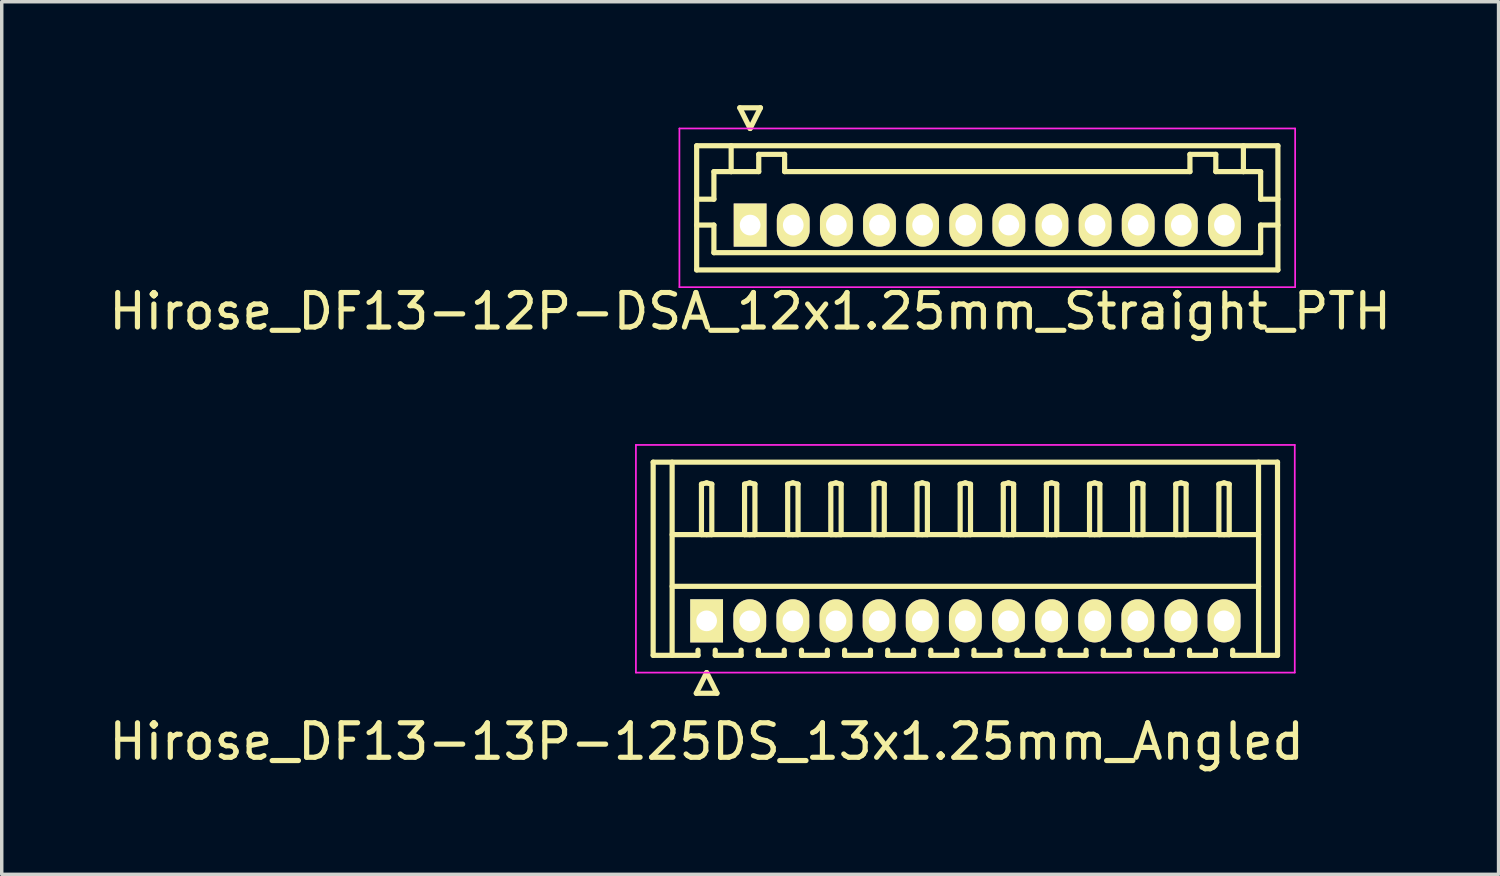
<source format=kicad_pcb>
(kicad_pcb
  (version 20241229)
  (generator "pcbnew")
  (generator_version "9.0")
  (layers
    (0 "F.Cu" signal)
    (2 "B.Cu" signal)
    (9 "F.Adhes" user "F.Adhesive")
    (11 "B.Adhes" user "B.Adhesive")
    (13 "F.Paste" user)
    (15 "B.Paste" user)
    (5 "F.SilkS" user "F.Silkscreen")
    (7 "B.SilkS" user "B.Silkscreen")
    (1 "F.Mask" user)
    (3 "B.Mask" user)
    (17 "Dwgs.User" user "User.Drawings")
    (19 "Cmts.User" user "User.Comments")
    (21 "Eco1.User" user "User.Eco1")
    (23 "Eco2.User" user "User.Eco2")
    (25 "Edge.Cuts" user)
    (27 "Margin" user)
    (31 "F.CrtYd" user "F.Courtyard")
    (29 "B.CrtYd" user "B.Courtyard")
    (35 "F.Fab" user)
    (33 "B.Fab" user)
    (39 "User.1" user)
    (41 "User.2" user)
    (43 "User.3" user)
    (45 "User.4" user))
  (footprint "Hirose_DF13-12P-DSA_12x1.25mm_Straight_PTH"
    (layer "F.Cu")
    (at 18.696 3.475)
    (property "Reference" "Hirose_DF13-12P-DSA_12x1.25mm_Straight_PTH" (at 0 2.5 0) (layer "F.SilkS") (effects (font (size 1 1) (thickness 0.15))))
    (attr through_hole)
    (fp_line (start -1.55 -2.3) (end -1.55 1.3) (stroke (width 0.15) (type solid)) (layer "F.SilkS"))
    (fp_line (start -1.55 -0.75) (end -1.05 -0.75) (stroke (width 0.15) (type solid)) (layer "F.SilkS"))
    (fp_line (start -1.55 0) (end -1.05 0) (stroke (width 0.15) (type solid)) (layer "F.SilkS"))
    (fp_line (start -1.55 1.3) (end 15.3 1.3) (stroke (width 0.15) (type solid)) (layer "F.SilkS"))
    (fp_line (start -1.05 -1.55) (end -0.55 -1.55) (stroke (width 0.15) (type solid)) (layer "F.SilkS"))
    (fp_line (start -1.05 -0.75) (end -1.05 -1.55) (stroke (width 0.15) (type solid)) (layer "F.SilkS"))
    (fp_line (start -1.05 0) (end -1.05 0.8) (stroke (width 0.15) (type solid)) (layer "F.SilkS"))
    (fp_line (start -1.05 0.8) (end 14.8 0.8) (stroke (width 0.15) (type solid)) (layer "F.SilkS"))
    (fp_line (start -0.55 -1.55) (end -0.55 -2.3) (stroke (width 0.15) (type solid)) (layer "F.SilkS"))
    (fp_line (start -0.55 -1.55) (end 0.25 -1.55) (stroke (width 0.15) (type solid)) (layer "F.SilkS"))
    (fp_line (start -0.3 -3.4) (end 0.3 -3.4) (stroke (width 0.15) (type solid)) (layer "F.SilkS"))
    (fp_line (start 0 -2.8) (end -0.3 -3.4) (stroke (width 0.15) (type solid)) (layer "F.SilkS"))
    (fp_line (start 0.25 -2.05) (end 1 -2.05) (stroke (width 0.15) (type solid)) (layer "F.SilkS"))
    (fp_line (start 0.25 -1.55) (end 0.25 -2.05) (stroke (width 0.15) (type solid)) (layer "F.SilkS"))
    (fp_line (start 0.3 -3.4) (end 0 -2.8) (stroke (width 0.15) (type solid)) (layer "F.SilkS"))
    (fp_line (start 1 -2.05) (end 1 -1.55) (stroke (width 0.15) (type solid)) (layer "F.SilkS"))
    (fp_line (start 1 -1.55) (end 12.75 -1.55) (stroke (width 0.15) (type solid)) (layer "F.SilkS"))
    (fp_line (start 12.75 -2.05) (end 13.5 -2.05) (stroke (width 0.15) (type solid)) (layer "F.SilkS"))
    (fp_line (start 12.75 -1.55) (end 12.75 -2.05) (stroke (width 0.15) (type solid)) (layer "F.SilkS"))
    (fp_line (start 13.5 -2.05) (end 13.5 -1.55) (stroke (width 0.15) (type solid)) (layer "F.SilkS"))
    (fp_line (start 13.5 -1.55) (end 14.3 -1.55) (stroke (width 0.15) (type solid)) (layer "F.SilkS"))
    (fp_line (start 14.3 -1.55) (end 14.3 -2.3) (stroke (width 0.15) (type solid)) (layer "F.SilkS"))
    (fp_line (start 14.8 -1.55) (end 14.3 -1.55) (stroke (width 0.15) (type solid)) (layer "F.SilkS"))
    (fp_line (start 14.8 -0.75) (end 14.8 -1.55) (stroke (width 0.15) (type solid)) (layer "F.SilkS"))
    (fp_line (start 14.8 0) (end 15.3 0) (stroke (width 0.15) (type solid)) (layer "F.SilkS"))
    (fp_line (start 14.8 0.8) (end 14.8 0) (stroke (width 0.15) (type solid)) (layer "F.SilkS"))
    (fp_line (start 15.3 -2.3) (end -1.55 -2.3) (stroke (width 0.15) (type solid)) (layer "F.SilkS"))
    (fp_line (start 15.3 -0.75) (end 14.8 -0.75) (stroke (width 0.15) (type solid)) (layer "F.SilkS"))
    (fp_line (start 15.3 1.3) (end 15.3 -2.3) (stroke (width 0.15) (type solid)) (layer "F.SilkS"))
    (fp_line (start -2.05 -2.8) (end -2.05 1.8) (stroke (width 0.05) (type solid)) (layer "F.CrtYd"))
    (fp_line (start -2.05 1.8) (end 15.8 1.8) (stroke (width 0.05) (type solid)) (layer "F.CrtYd"))
    (fp_line (start 15.8 -2.8) (end -2.05 -2.8) (stroke (width 0.05) (type solid)) (layer "F.CrtYd"))
    (fp_line (start 15.8 1.8) (end 15.8 -2.8) (stroke (width 0.05) (type solid)) (layer "F.CrtYd"))
    (pad "1" thru_hole rect (at 0 0) (size 0.95 1.25) (drill 0.6) (layers "*.Cu" "*.Mask" "F.SilkS"))
    (pad "2" thru_hole oval (at 1.25 0) (size 0.95 1.25) (drill 0.6) (layers "*.Cu" "*.Mask" "F.SilkS"))
    (pad "3" thru_hole oval (at 2.5 0) (size 0.95 1.25) (drill 0.6) (layers "*.Cu" "*.Mask" "F.SilkS"))
    (pad "4" thru_hole oval (at 3.75 0) (size 0.95 1.25) (drill 0.6) (layers "*.Cu" "*.Mask" "F.SilkS"))
    (pad "5" thru_hole oval (at 5 0) (size 0.95 1.25) (drill 0.6) (layers "*.Cu" "*.Mask" "F.SilkS"))
    (pad "6" thru_hole oval (at 6.25 0) (size 0.95 1.25) (drill 0.6) (layers "*.Cu" "*.Mask" "F.SilkS"))
    (pad "7" thru_hole oval (at 7.5 0) (size 0.95 1.25) (drill 0.6) (layers "*.Cu" "*.Mask" "F.SilkS"))
    (pad "8" thru_hole oval (at 8.75 0) (size 0.95 1.25) (drill 0.6) (layers "*.Cu" "*.Mask" "F.SilkS"))
    (pad "9" thru_hole oval (at 10 0) (size 0.95 1.25) (drill 0.6) (layers "*.Cu" "*.Mask" "F.SilkS"))
    (pad "10" thru_hole oval (at 11.25 0) (size 0.95 1.25) (drill 0.6) (layers "*.Cu" "*.Mask" "F.SilkS"))
    (pad "11" thru_hole oval (at 12.5 0) (size 0.95 1.25) (drill 0.6) (layers "*.Cu" "*.Mask" "F.SilkS"))
    (pad "12" thru_hole oval (at 13.75 0) (size 0.95 1.25) (drill 0.6) (layers "*.Cu" "*.Mask" "F.SilkS")))
  (footprint "Hirose_DF13-13P-125DS_13x1.25mm_Angled"
    (layer "F.Cu")
    (at 17.435 14.948)
    (property "Reference" "Hirose_DF13-13P-125DS_13x1.25mm_Angled" (at 0 3.5 0) (layer "F.SilkS") (effects (font (size 1 1) (thickness 0.15))))
    (attr through_hole)
    (fp_line (start -1.55 -4.6) (end 16.55 -4.6) (stroke (width 0.15) (type solid)) (layer "F.SilkS"))
    (fp_line (start -1.55 1) (end -1.55 -4.6) (stroke (width 0.15) (type solid)) (layer "F.SilkS"))
    (fp_line (start -1 -4.6) (end -1 1) (stroke (width 0.15) (type solid)) (layer "F.SilkS"))
    (fp_line (start -1 -2.5) (end 16 -2.5) (stroke (width 0.15) (type solid)) (layer "F.SilkS"))
    (fp_line (start -1 -1) (end 16 -1) (stroke (width 0.15) (type solid)) (layer "F.SilkS"))
    (fp_line (start -0.3 2.1) (end 0.3 2.1) (stroke (width 0.15) (type solid)) (layer "F.SilkS"))
    (fp_line (start -0.25 0.85) (end -0.25 1) (stroke (width 0.15) (type solid)) (layer "F.SilkS"))
    (fp_line (start -0.25 1) (end -1.55 1) (stroke (width 0.15) (type solid)) (layer "F.SilkS"))
    (fp_line (start -0.15 -3.962) (end 0 -4) (stroke (width 0.15) (type solid)) (layer "F.SilkS"))
    (fp_line (start -0.15 -2.5) (end -0.15 -3.962) (stroke (width 0.15) (type solid)) (layer "F.SilkS"))
    (fp_line (start 0 -4) (end 0.15 -3.962) (stroke (width 0.15) (type solid)) (layer "F.SilkS"))
    (fp_line (start 0 -2.5) (end -0.15 -2.5) (stroke (width 0.15) (type solid)) (layer "F.SilkS"))
    (fp_line (start 0 1.5) (end -0.3 2.1) (stroke (width 0.15) (type solid)) (layer "F.SilkS"))
    (fp_line (start 0.15 -3.962) (end 0.15 -2.5) (stroke (width 0.15) (type solid)) (layer "F.SilkS"))
    (fp_line (start 0.15 -2.5) (end 0 -2.5) (stroke (width 0.15) (type solid)) (layer "F.SilkS"))
    (fp_line (start 0.25 0.85) (end 0.25 1) (stroke (width 0.15) (type solid)) (layer "F.SilkS"))
    (fp_line (start 0.25 1) (end 1 1) (stroke (width 0.15) (type solid)) (layer "F.SilkS"))
    (fp_line (start 0.3 2.1) (end 0 1.5) (stroke (width 0.15) (type solid)) (layer "F.SilkS"))
    (fp_line (start 1 1) (end 1 0.85) (stroke (width 0.15) (type solid)) (layer "F.SilkS"))
    (fp_line (start 1.1 -3.962) (end 1.25 -4) (stroke (width 0.15) (type solid)) (layer "F.SilkS"))
    (fp_line (start 1.1 -2.5) (end 1.1 -3.962) (stroke (width 0.15) (type solid)) (layer "F.SilkS"))
    (fp_line (start 1.25 -4) (end 1.4 -3.962) (stroke (width 0.15) (type solid)) (layer "F.SilkS"))
    (fp_line (start 1.25 -2.5) (end 1.1 -2.5) (stroke (width 0.15) (type solid)) (layer "F.SilkS"))
    (fp_line (start 1.4 -3.962) (end 1.4 -2.5) (stroke (width 0.15) (type solid)) (layer "F.SilkS"))
    (fp_line (start 1.4 -2.5) (end 1.25 -2.5) (stroke (width 0.15) (type solid)) (layer "F.SilkS"))
    (fp_line (start 1.5 0.85) (end 1.5 1) (stroke (width 0.15) (type solid)) (layer "F.SilkS"))
    (fp_line (start 1.5 1) (end 2.25 1) (stroke (width 0.15) (type solid)) (layer "F.SilkS"))
    (fp_line (start 2.25 1) (end 2.25 0.85) (stroke (width 0.15) (type solid)) (layer "F.SilkS"))
    (fp_line (start 2.35 -3.962) (end 2.5 -4) (stroke (width 0.15) (type solid)) (layer "F.SilkS"))
    (fp_line (start 2.35 -2.5) (end 2.35 -3.962) (stroke (width 0.15) (type solid)) (layer "F.SilkS"))
    (fp_line (start 2.5 -4) (end 2.65 -3.962) (stroke (width 0.15) (type solid)) (layer "F.SilkS"))
    (fp_line (start 2.5 -2.5) (end 2.35 -2.5) (stroke (width 0.15) (type solid)) (layer "F.SilkS"))
    (fp_line (start 2.65 -3.962) (end 2.65 -2.5) (stroke (width 0.15) (type solid)) (layer "F.SilkS"))
    (fp_line (start 2.65 -2.5) (end 2.5 -2.5) (stroke (width 0.15) (type solid)) (layer "F.SilkS"))
    (fp_line (start 2.75 0.85) (end 2.75 1) (stroke (width 0.15) (type solid)) (layer "F.SilkS"))
    (fp_line (start 2.75 1) (end 3.5 1) (stroke (width 0.15) (type solid)) (layer "F.SilkS"))
    (fp_line (start 3.5 1) (end 3.5 0.85) (stroke (width 0.15) (type solid)) (layer "F.SilkS"))
    (fp_line (start 3.6 -3.962) (end 3.75 -4) (stroke (width 0.15) (type solid)) (layer "F.SilkS"))
    (fp_line (start 3.6 -2.5) (end 3.6 -3.962) (stroke (width 0.15) (type solid)) (layer "F.SilkS"))
    (fp_line (start 3.75 -4) (end 3.9 -3.962) (stroke (width 0.15) (type solid)) (layer "F.SilkS"))
    (fp_line (start 3.75 -2.5) (end 3.6 -2.5) (stroke (width 0.15) (type solid)) (layer "F.SilkS"))
    (fp_line (start 3.9 -3.962) (end 3.9 -2.5) (stroke (width 0.15) (type solid)) (layer "F.SilkS"))
    (fp_line (start 3.9 -2.5) (end 3.75 -2.5) (stroke (width 0.15) (type solid)) (layer "F.SilkS"))
    (fp_line (start 4 0.85) (end 4 1) (stroke (width 0.15) (type solid)) (layer "F.SilkS"))
    (fp_line (start 4 1) (end 4.75 1) (stroke (width 0.15) (type solid)) (layer "F.SilkS"))
    (fp_line (start 4.75 1) (end 4.75 0.85) (stroke (width 0.15) (type solid)) (layer "F.SilkS"))
    (fp_line (start 4.85 -3.962) (end 5 -4) (stroke (width 0.15) (type solid)) (layer "F.SilkS"))
    (fp_line (start 4.85 -2.5) (end 4.85 -3.962) (stroke (width 0.15) (type solid)) (layer "F.SilkS"))
    (fp_line (start 5 -4) (end 5.15 -3.962) (stroke (width 0.15) (type solid)) (layer "F.SilkS"))
    (fp_line (start 5 -2.5) (end 4.85 -2.5) (stroke (width 0.15) (type solid)) (layer "F.SilkS"))
    (fp_line (start 5.15 -3.962) (end 5.15 -2.5) (stroke (width 0.15) (type solid)) (layer "F.SilkS"))
    (fp_line (start 5.15 -2.5) (end 5 -2.5) (stroke (width 0.15) (type solid)) (layer "F.SilkS"))
    (fp_line (start 5.25 0.85) (end 5.25 1) (stroke (width 0.15) (type solid)) (layer "F.SilkS"))
    (fp_line (start 5.25 1) (end 6 1) (stroke (width 0.15) (type solid)) (layer "F.SilkS"))
    (fp_line (start 6 1) (end 6 0.85) (stroke (width 0.15) (type solid)) (layer "F.SilkS"))
    (fp_line (start 6.1 -3.962) (end 6.25 -4) (stroke (width 0.15) (type solid)) (layer "F.SilkS"))
    (fp_line (start 6.1 -2.5) (end 6.1 -3.962) (stroke (width 0.15) (type solid)) (layer "F.SilkS"))
    (fp_line (start 6.25 -4) (end 6.4 -3.962) (stroke (width 0.15) (type solid)) (layer "F.SilkS"))
    (fp_line (start 6.25 -2.5) (end 6.1 -2.5) (stroke (width 0.15) (type solid)) (layer "F.SilkS"))
    (fp_line (start 6.4 -3.962) (end 6.4 -2.5) (stroke (width 0.15) (type solid)) (layer "F.SilkS"))
    (fp_line (start 6.4 -2.5) (end 6.25 -2.5) (stroke (width 0.15) (type solid)) (layer "F.SilkS"))
    (fp_line (start 6.5 0.85) (end 6.5 1) (stroke (width 0.15) (type solid)) (layer "F.SilkS"))
    (fp_line (start 6.5 1) (end 7.25 1) (stroke (width 0.15) (type solid)) (layer "F.SilkS"))
    (fp_line (start 7.25 1) (end 7.25 0.85) (stroke (width 0.15) (type solid)) (layer "F.SilkS"))
    (fp_line (start 7.35 -3.962) (end 7.5 -4) (stroke (width 0.15) (type solid)) (layer "F.SilkS"))
    (fp_line (start 7.35 -2.5) (end 7.35 -3.962) (stroke (width 0.15) (type solid)) (layer "F.SilkS"))
    (fp_line (start 7.5 -4) (end 7.65 -3.962) (stroke (width 0.15) (type solid)) (layer "F.SilkS"))
    (fp_line (start 7.5 -2.5) (end 7.35 -2.5) (stroke (width 0.15) (type solid)) (layer "F.SilkS"))
    (fp_line (start 7.65 -3.962) (end 7.65 -2.5) (stroke (width 0.15) (type solid)) (layer "F.SilkS"))
    (fp_line (start 7.65 -2.5) (end 7.5 -2.5) (stroke (width 0.15) (type solid)) (layer "F.SilkS"))
    (fp_line (start 7.75 0.85) (end 7.75 1) (stroke (width 0.15) (type solid)) (layer "F.SilkS"))
    (fp_line (start 7.75 1) (end 8.5 1) (stroke (width 0.15) (type solid)) (layer "F.SilkS"))
    (fp_line (start 8.5 1) (end 8.5 0.85) (stroke (width 0.15) (type solid)) (layer "F.SilkS"))
    (fp_line (start 8.6 -3.962) (end 8.75 -4) (stroke (width 0.15) (type solid)) (layer "F.SilkS"))
    (fp_line (start 8.6 -2.5) (end 8.6 -3.962) (stroke (width 0.15) (type solid)) (layer "F.SilkS"))
    (fp_line (start 8.75 -4) (end 8.9 -3.962) (stroke (width 0.15) (type solid)) (layer "F.SilkS"))
    (fp_line (start 8.75 -2.5) (end 8.6 -2.5) (stroke (width 0.15) (type solid)) (layer "F.SilkS"))
    (fp_line (start 8.9 -3.962) (end 8.9 -2.5) (stroke (width 0.15) (type solid)) (layer "F.SilkS"))
    (fp_line (start 8.9 -2.5) (end 8.75 -2.5) (stroke (width 0.15) (type solid)) (layer "F.SilkS"))
    (fp_line (start 9 0.85) (end 9 1) (stroke (width 0.15) (type solid)) (layer "F.SilkS"))
    (fp_line (start 9 1) (end 9.75 1) (stroke (width 0.15) (type solid)) (layer "F.SilkS"))
    (fp_line (start 9.75 1) (end 9.75 0.85) (stroke (width 0.15) (type solid)) (layer "F.SilkS"))
    (fp_line (start 9.85 -3.962) (end 10 -4) (stroke (width 0.15) (type solid)) (layer "F.SilkS"))
    (fp_line (start 9.85 -2.5) (end 9.85 -3.962) (stroke (width 0.15) (type solid)) (layer "F.SilkS"))
    (fp_line (start 10 -4) (end 10.15 -3.962) (stroke (width 0.15) (type solid)) (layer "F.SilkS"))
    (fp_line (start 10 -2.5) (end 9.85 -2.5) (stroke (width 0.15) (type solid)) (layer "F.SilkS"))
    (fp_line (start 10.15 -3.962) (end 10.15 -2.5) (stroke (width 0.15) (type solid)) (layer "F.SilkS"))
    (fp_line (start 10.15 -2.5) (end 10 -2.5) (stroke (width 0.15) (type solid)) (layer "F.SilkS"))
    (fp_line (start 10.25 0.85) (end 10.25 1) (stroke (width 0.15) (type solid)) (layer "F.SilkS"))
    (fp_line (start 10.25 1) (end 11 1) (stroke (width 0.15) (type solid)) (layer "F.SilkS"))
    (fp_line (start 11 1) (end 11 0.85) (stroke (width 0.15) (type solid)) (layer "F.SilkS"))
    (fp_line (start 11.1 -3.962) (end 11.25 -4) (stroke (width 0.15) (type solid)) (layer "F.SilkS"))
    (fp_line (start 11.1 -2.5) (end 11.1 -3.962) (stroke (width 0.15) (type solid)) (layer "F.SilkS"))
    (fp_line (start 11.25 -4) (end 11.4 -3.962) (stroke (width 0.15) (type solid)) (layer "F.SilkS"))
    (fp_line (start 11.25 -2.5) (end 11.1 -2.5) (stroke (width 0.15) (type solid)) (layer "F.SilkS"))
    (fp_line (start 11.4 -3.962) (end 11.4 -2.5) (stroke (width 0.15) (type solid)) (layer "F.SilkS"))
    (fp_line (start 11.4 -2.5) (end 11.25 -2.5) (stroke (width 0.15) (type solid)) (layer "F.SilkS"))
    (fp_line (start 11.5 0.85) (end 11.5 1) (stroke (width 0.15) (type solid)) (layer "F.SilkS"))
    (fp_line (start 11.5 1) (end 12.25 1) (stroke (width 0.15) (type solid)) (layer "F.SilkS"))
    (fp_line (start 12.25 1) (end 12.25 0.85) (stroke (width 0.15) (type solid)) (layer "F.SilkS"))
    (fp_line (start 12.35 -3.962) (end 12.5 -4) (stroke (width 0.15) (type solid)) (layer "F.SilkS"))
    (fp_line (start 12.35 -2.5) (end 12.35 -3.962) (stroke (width 0.15) (type solid)) (layer "F.SilkS"))
    (fp_line (start 12.5 -4) (end 12.65 -3.962) (stroke (width 0.15) (type solid)) (layer "F.SilkS"))
    (fp_line (start 12.5 -2.5) (end 12.35 -2.5) (stroke (width 0.15) (type solid)) (layer "F.SilkS"))
    (fp_line (start 12.65 -3.962) (end 12.65 -2.5) (stroke (width 0.15) (type solid)) (layer "F.SilkS"))
    (fp_line (start 12.65 -2.5) (end 12.5 -2.5) (stroke (width 0.15) (type solid)) (layer "F.SilkS"))
    (fp_line (start 12.75 0.85) (end 12.75 1) (stroke (width 0.15) (type solid)) (layer "F.SilkS"))
    (fp_line (start 12.75 1) (end 13.5 1) (stroke (width 0.15) (type solid)) (layer "F.SilkS"))
    (fp_line (start 13.5 1) (end 13.5 0.85) (stroke (width 0.15) (type solid)) (layer "F.SilkS"))
    (fp_line (start 13.6 -3.962) (end 13.75 -4) (stroke (width 0.15) (type solid)) (layer "F.SilkS"))
    (fp_line (start 13.6 -2.5) (end 13.6 -3.962) (stroke (width 0.15) (type solid)) (layer "F.SilkS"))
    (fp_line (start 13.75 -4) (end 13.9 -3.962) (stroke (width 0.15) (type solid)) (layer "F.SilkS"))
    (fp_line (start 13.75 -2.5) (end 13.6 -2.5) (stroke (width 0.15) (type solid)) (layer "F.SilkS"))
    (fp_line (start 13.9 -3.962) (end 13.9 -2.5) (stroke (width 0.15) (type solid)) (layer "F.SilkS"))
    (fp_line (start 13.9 -2.5) (end 13.75 -2.5) (stroke (width 0.15) (type solid)) (layer "F.SilkS"))
    (fp_line (start 14 0.85) (end 14 1) (stroke (width 0.15) (type solid)) (layer "F.SilkS"))
    (fp_line (start 14 1) (end 14.75 1) (stroke (width 0.15) (type solid)) (layer "F.SilkS"))
    (fp_line (start 14.75 1) (end 14.75 0.85) (stroke (width 0.15) (type solid)) (layer "F.SilkS"))
    (fp_line (start 14.85 -3.962) (end 15 -4) (stroke (width 0.15) (type solid)) (layer "F.SilkS"))
    (fp_line (start 14.85 -2.5) (end 14.85 -3.962) (stroke (width 0.15) (type solid)) (layer "F.SilkS"))
    (fp_line (start 15 -4) (end 15.15 -3.962) (stroke (width 0.15) (type solid)) (layer "F.SilkS"))
    (fp_line (start 15 -2.5) (end 14.85 -2.5) (stroke (width 0.15) (type solid)) (layer "F.SilkS"))
    (fp_line (start 15.15 -3.962) (end 15.15 -2.5) (stroke (width 0.15) (type solid)) (layer "F.SilkS"))
    (fp_line (start 15.15 -2.5) (end 15 -2.5) (stroke (width 0.15) (type solid)) (layer "F.SilkS"))
    (fp_line (start 15.25 1) (end 15.25 0.85) (stroke (width 0.15) (type solid)) (layer "F.SilkS"))
    (fp_line (start 16 -4.6) (end 16 1) (stroke (width 0.15) (type solid)) (layer "F.SilkS"))
    (fp_line (start 16.55 -4.6) (end 16.55 1) (stroke (width 0.15) (type solid)) (layer "F.SilkS"))
    (fp_line (start 16.55 1) (end 15.25 1) (stroke (width 0.15) (type solid)) (layer "F.SilkS"))
    (fp_line (start -2.05 -5.1) (end -2.05 1.5) (stroke (width 0.05) (type solid)) (layer "F.CrtYd"))
    (fp_line (start -2.05 1.5) (end 17.05 1.5) (stroke (width 0.05) (type solid)) (layer "F.CrtYd"))
    (fp_line (start 17.05 -5.1) (end -2.05 -5.1) (stroke (width 0.05) (type solid)) (layer "F.CrtYd"))
    (fp_line (start 17.05 1.5) (end 17.05 -5.1) (stroke (width 0.05) (type solid)) (layer "F.CrtYd"))
    (pad "1" thru_hole rect (at 0 0) (size 0.95 1.25) (drill 0.6) (layers "*.Cu" "*.Mask" "F.SilkS"))
    (pad "2" thru_hole oval (at 1.25 0) (size 0.95 1.25) (drill 0.6) (layers "*.Cu" "*.Mask" "F.SilkS"))
    (pad "3" thru_hole oval (at 2.5 0) (size 0.95 1.25) (drill 0.6) (layers "*.Cu" "*.Mask" "F.SilkS"))
    (pad "4" thru_hole oval (at 3.75 0) (size 0.95 1.25) (drill 0.6) (layers "*.Cu" "*.Mask" "F.SilkS"))
    (pad "5" thru_hole oval (at 5 0) (size 0.95 1.25) (drill 0.6) (layers "*.Cu" "*.Mask" "F.SilkS"))
    (pad "6" thru_hole oval (at 6.25 0) (size 0.95 1.25) (drill 0.6) (layers "*.Cu" "*.Mask" "F.SilkS"))
    (pad "7" thru_hole oval (at 7.5 0) (size 0.95 1.25) (drill 0.6) (layers "*.Cu" "*.Mask" "F.SilkS"))
    (pad "8" thru_hole oval (at 8.75 0) (size 0.95 1.25) (drill 0.6) (layers "*.Cu" "*.Mask" "F.SilkS"))
    (pad "9" thru_hole oval (at 10 0) (size 0.95 1.25) (drill 0.6) (layers "*.Cu" "*.Mask" "F.SilkS"))
    (pad "10" thru_hole oval (at 11.25 0) (size 0.95 1.25) (drill 0.6) (layers "*.Cu" "*.Mask" "F.SilkS"))
    (pad "11" thru_hole oval (at 12.5 0) (size 0.95 1.25) (drill 0.6) (layers "*.Cu" "*.Mask" "F.SilkS"))
    (pad "12" thru_hole oval (at 13.75 0) (size 0.95 1.25) (drill 0.6) (layers "*.Cu" "*.Mask" "F.SilkS"))
    (pad "13" thru_hole oval (at 15 0) (size 0.95 1.25) (drill 0.6) (layers "*.Cu" "*.Mask" "F.SilkS")))
  (gr_rect
    (start -3 -3)
    (end 40.393 22.297)
    (stroke (width 0.1) (type default))
    (fill no)
    (layer "Edge.Cuts")))
</source>
